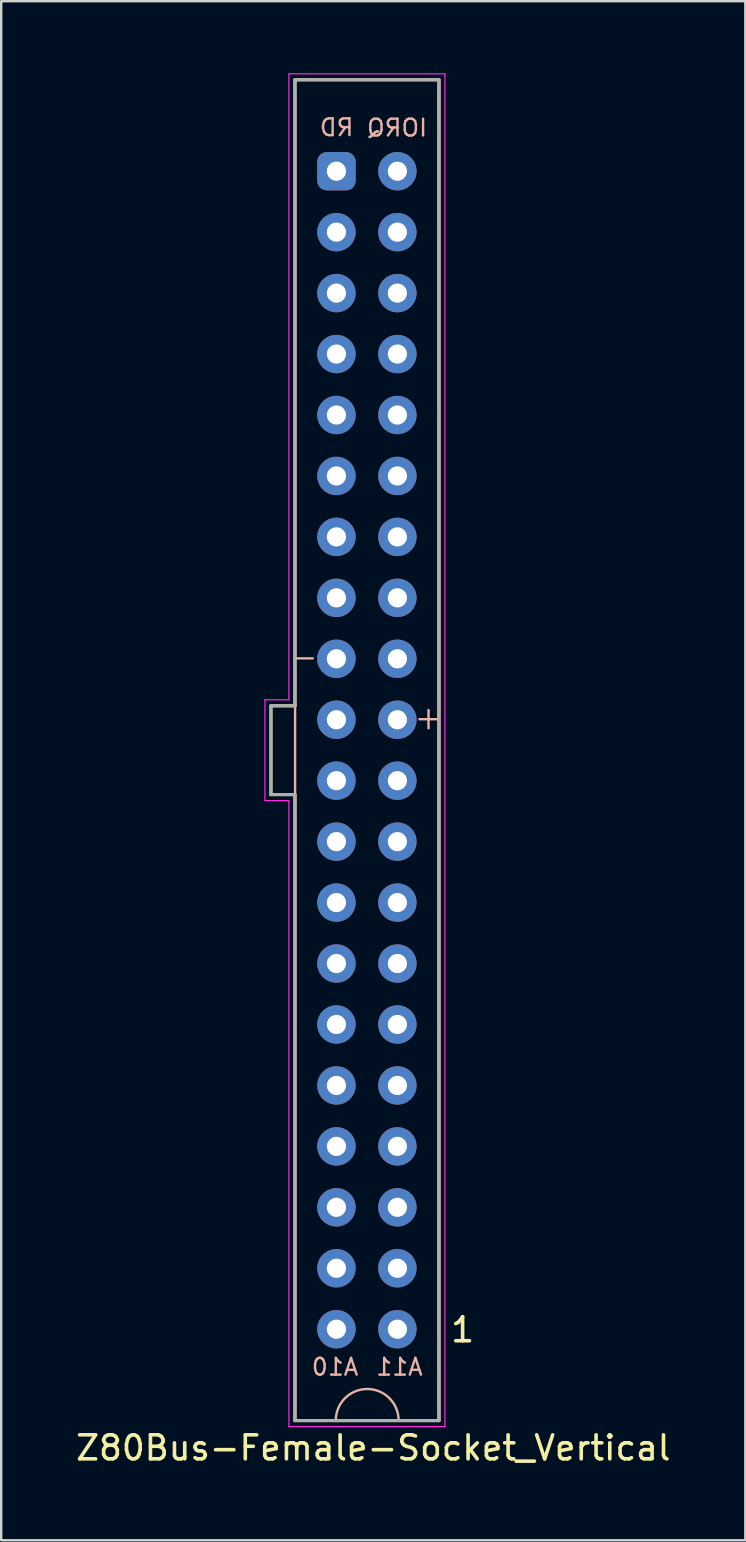
<source format=kicad_pcb>
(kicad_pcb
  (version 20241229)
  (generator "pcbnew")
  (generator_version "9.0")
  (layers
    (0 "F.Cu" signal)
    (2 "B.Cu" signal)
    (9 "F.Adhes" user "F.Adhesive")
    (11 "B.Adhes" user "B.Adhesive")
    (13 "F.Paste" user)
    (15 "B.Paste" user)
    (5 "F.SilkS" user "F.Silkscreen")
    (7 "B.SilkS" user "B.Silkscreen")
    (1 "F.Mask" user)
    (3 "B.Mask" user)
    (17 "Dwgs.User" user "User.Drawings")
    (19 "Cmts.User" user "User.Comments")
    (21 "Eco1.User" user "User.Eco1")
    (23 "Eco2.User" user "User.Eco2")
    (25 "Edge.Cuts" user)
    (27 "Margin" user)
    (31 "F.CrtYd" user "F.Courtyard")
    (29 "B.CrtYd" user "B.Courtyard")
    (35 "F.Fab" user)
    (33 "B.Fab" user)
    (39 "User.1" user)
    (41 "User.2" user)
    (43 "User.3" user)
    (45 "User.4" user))
  (footprint "Z80Bus-Female-Socket_Vertical"
    (layer "F.Cu")
    (at 12.241 28.215)
    (property "Reference" "Z80Bus-Female-Socket_Vertical" (at 0.265 29.077 0) (layer "F.SilkS") (effects (font (size 1 1) (thickness 0.15))))
    (attr through_hole)
    (fp_line (start -4 -1.85) (end -4 1.85) (stroke (width 0.127) (type solid)) (layer "F.SilkS"))
    (fp_line (start -4 1.85) (end -3 1.85) (stroke (width 0.127) (type solid)) (layer "F.SilkS"))
    (fp_line (start -3 -27.94) (end -3 -1.85) (stroke (width 0.127) (type solid)) (layer "F.SilkS"))
    (fp_line (start -3 -1.85) (end -4 -1.85) (stroke (width 0.127) (type solid)) (layer "F.SilkS"))
    (fp_line (start -3 1.85) (end -3 27.94) (stroke (width 0.127) (type solid)) (layer "F.SilkS"))
    (fp_line (start -3 27.94) (end 3 27.94) (stroke (width 0.127) (type solid)) (layer "F.SilkS"))
    (fp_line (start 3 -27.94) (end -3 -27.94) (stroke (width 0.127) (type solid)) (layer "F.SilkS"))
    (fp_line (start 3 27.94) (end 3 -27.94) (stroke (width 0.127) (type solid)) (layer "F.SilkS"))
    (fp_rect (start -2.993 -27.95) (end 3.013 27.94) (stroke (width 0.1) (type default)) (fill no) (layer "B.SilkS"))
    (fp_arc (start -1.296679 27.937662) (mid 0.005311 26.628874) (end 1.320862 27.92403) (stroke (width 0.1) (type default)) (layer "B.SilkS"))
    (fp_line (start -4.25 -2.1) (end -4.25 2.1) (stroke (width 0.05) (type solid)) (layer "F.CrtYd"))
    (fp_line (start -4.25 2.1) (end -3.25 2.1) (stroke (width 0.05) (type solid)) (layer "F.CrtYd"))
    (fp_line (start -3.25 -28.19) (end -3.25 -2.1) (stroke (width 0.05) (type solid)) (layer "F.CrtYd"))
    (fp_line (start -3.25 -2.1) (end -4.25 -2.1) (stroke (width 0.05) (type solid)) (layer "F.CrtYd"))
    (fp_line (start -3.25 2.1) (end -3.25 28.19) (stroke (width 0.05) (type solid)) (layer "F.CrtYd"))
    (fp_line (start -3.25 28.19) (end 3.25 28.19) (stroke (width 0.05) (type solid)) (layer "F.CrtYd"))
    (fp_line (start 3.25 -28.19) (end -3.25 -28.19) (stroke (width 0.05) (type solid)) (layer "F.CrtYd"))
    (fp_line (start 3.25 28.19) (end 3.25 -28.19) (stroke (width 0.05) (type solid)) (layer "F.CrtYd"))
    (fp_line (start -4 -1.85) (end -4 1.85) (stroke (width 0.127) (type solid)) (layer "F.Fab"))
    (fp_line (start -4 1.85) (end -3 1.85) (stroke (width 0.127) (type solid)) (layer "F.Fab"))
    (fp_line (start -3 -27.94) (end -3 -1.85) (stroke (width 0.127) (type solid)) (layer "F.Fab"))
    (fp_line (start -3 -1.85) (end -4 -1.85) (stroke (width 0.127) (type solid)) (layer "F.Fab"))
    (fp_line (start -3 1.85) (end -3 27.94) (stroke (width 0.127) (type solid)) (layer "F.Fab"))
    (fp_line (start -3 27.94) (end 3 27.94) (stroke (width 0.127) (type solid)) (layer "F.Fab"))
    (fp_line (start 3 -27.94) (end -3 -27.94) (stroke (width 0.127) (type solid)) (layer "F.Fab"))
    (fp_line (start 3 27.94) (end 3 -27.94) (stroke (width 0.127) (type solid)) (layer "F.Fab"))
    (fp_text user "1" (at 3.988 24.155 0) (unlocked yes) (layer "F.SilkS") (effects (font (size 1 1) (thickness 0.15))))
    (fp_text user "+" (at 2.568 -1.37 0) (layer "B.SilkS") (effects (font (size 1 1) (thickness 0.1))))
    (fp_text user "RD" (at -1.262 -25.953 0) (unlocked yes) (layer "B.SilkS") (effects (font (size 0.7 0.7) (thickness 0.1)) (justify mirror)))
    (fp_text user "A11" (at 1.353 25.704 0) (layer "B.SilkS") (effects (font (size 0.7 0.7) (thickness 0.1)) (justify mirror)))
    (fp_text user "-" (at -2.637 -3.904 0) (layer "B.SilkS") (effects (font (size 1 1) (thickness 0.1))))
    (fp_text user "A10" (at -1.329 25.704 0) (layer "B.SilkS") (effects (font (size 0.7 0.7) (thickness 0.1)) (justify mirror)))
    (fp_text user "IORQ" (at 1.258 -25.938 0) (layer "B.SilkS") (effects (font (size 0.7 0.7) (thickness 0.1)) (justify mirror)))
    (pad "1" thru_hole circle (at 1.27 24.13 90) (size 1.6 1.6) (drill 0.8) (layers "*.Cu" "*.Mask"))
    (pad "2" thru_hole circle (at 1.27 21.59 90) (size 1.6 1.6) (drill 0.8) (layers "*.Cu" "*.Mask"))
    (pad "3" thru_hole circle (at 1.27 19.05 90) (size 1.6 1.6) (drill 0.8) (layers "*.Cu" "*.Mask"))
    (pad "4" thru_hole circle (at 1.27 16.51 90) (size 1.6 1.6) (drill 0.8) (layers "*.Cu" "*.Mask"))
    (pad "5" thru_hole circle (at 1.27 13.97 90) (size 1.6 1.6) (drill 0.8) (layers "*.Cu" "*.Mask"))
    (pad "6" thru_hole circle (at 1.27 11.43 90) (size 1.6 1.6) (drill 0.8) (layers "*.Cu" "*.Mask"))
    (pad "7" thru_hole circle (at 1.27 8.89 90) (size 1.6 1.6) (drill 0.8) (layers "*.Cu" "*.Mask"))
    (pad "8" thru_hole circle (at 1.27 6.35 90) (size 1.6 1.6) (drill 0.8) (layers "*.Cu" "*.Mask"))
    (pad "9" thru_hole circle (at 1.27 3.81 90) (size 1.6 1.6) (drill 0.8) (layers "*.Cu" "*.Mask"))
    (pad "10" thru_hole circle (at 1.27 1.27 90) (size 1.6 1.6) (drill 0.8) (layers "*.Cu" "*.Mask"))
    (pad "11" thru_hole circle (at 1.27 -1.27 90) (size 1.6 1.6) (drill 0.8) (layers "*.Cu" "*.Mask"))
    (pad "12" thru_hole circle (at 1.27 -3.81 90) (size 1.6 1.6) (drill 0.8) (layers "*.Cu" "*.Mask"))
    (pad "13" thru_hole circle (at 1.27 -6.35 90) (size 1.6 1.6) (drill 0.8) (layers "*.Cu" "*.Mask"))
    (pad "14" thru_hole circle (at 1.27 -8.89 90) (size 1.6 1.6) (drill 0.8) (layers "*.Cu" "*.Mask"))
    (pad "15" thru_hole circle (at 1.27 -11.43 90) (size 1.6 1.6) (drill 0.8) (layers "*.Cu" "*.Mask"))
    (pad "16" thru_hole circle (at 1.27 -13.97 90) (size 1.6 1.6) (drill 0.8) (layers "*.Cu" "*.Mask"))
    (pad "17" thru_hole circle (at 1.27 -16.51 90) (size 1.6 1.6) (drill 0.8) (layers "*.Cu" "*.Mask"))
    (pad "18" thru_hole circle (at 1.27 -19.05 90) (size 1.6 1.6) (drill 0.8) (layers "*.Cu" "*.Mask"))
    (pad "19" thru_hole circle (at 1.27 -21.59 90) (size 1.6 1.6) (drill 0.8) (layers "*.Cu" "*.Mask"))
    (pad "20" thru_hole circle (at 1.27 -24.13 90) (size 1.6 1.6) (drill 0.8) (layers "*.Cu" "*.Mask"))
    (pad "21" thru_hole roundrect (at -1.27 -24.13 90) (size 1.6 1.6) (drill 0.8) (layers "*.Cu" "*.Mask") (roundrect_rratio 0.25))
    (pad "22" thru_hole circle (at -1.27 -21.59 90) (size 1.6 1.6) (drill 0.8) (layers "*.Cu" "*.Mask"))
    (pad "23" thru_hole circle (at -1.27 -19.05 90) (size 1.6 1.6) (drill 0.8) (layers "*.Cu" "*.Mask"))
    (pad "24" thru_hole circle (at -1.27 -16.51 90) (size 1.6 1.6) (drill 0.8) (layers "*.Cu" "*.Mask"))
    (pad "25" thru_hole circle (at -1.27 -13.97 90) (size 1.6 1.6) (drill 0.8) (layers "*.Cu" "*.Mask"))
    (pad "26" thru_hole circle (at -1.27 -11.43 90) (size 1.6 1.6) (drill 0.8) (layers "*.Cu" "*.Mask"))
    (pad "27" thru_hole circle (at -1.27 -8.89 90) (size 1.6 1.6) (drill 0.8) (layers "*.Cu" "*.Mask"))
    (pad "28" thru_hole circle (at -1.27 -6.35 90) (size 1.6 1.6) (drill 0.8) (layers "*.Cu" "*.Mask"))
    (pad "29" thru_hole circle (at -1.27 -3.81 90) (size 1.6 1.6) (drill 0.8) (layers "*.Cu" "*.Mask"))
    (pad "30" thru_hole circle (at -1.27 -1.27 90) (size 1.6 1.6) (drill 0.8) (layers "*.Cu" "*.Mask"))
    (pad "31" thru_hole circle (at -1.27 1.27 90) (size 1.6 1.6) (drill 0.8) (layers "*.Cu" "*.Mask"))
    (pad "32" thru_hole circle (at -1.27 3.81 90) (size 1.6 1.6) (drill 0.8) (layers "*.Cu" "*.Mask"))
    (pad "33" thru_hole circle (at -1.27 6.35 90) (size 1.6 1.6) (drill 0.8) (layers "*.Cu" "*.Mask"))
    (pad "34" thru_hole circle (at -1.27 8.89 90) (size 1.6 1.6) (drill 0.8) (layers "*.Cu" "*.Mask"))
    (pad "35" thru_hole circle (at -1.27 11.43 90) (size 1.6 1.6) (drill 0.8) (layers "*.Cu" "*.Mask"))
    (pad "36" thru_hole circle (at -1.27 13.97 90) (size 1.6 1.6) (drill 0.8) (layers "*.Cu" "*.Mask"))
    (pad "37" thru_hole circle (at -1.27 16.51 90) (size 1.6 1.6) (drill 0.8) (layers "*.Cu" "*.Mask"))
    (pad "38" thru_hole circle (at -1.27 19.05 90) (size 1.6 1.6) (drill 0.8) (layers "*.Cu" "*.Mask"))
    (pad "39" thru_hole circle (at -1.27 21.59 90) (size 1.6 1.6) (drill 0.8) (layers "*.Cu" "*.Mask"))
    (pad "40" thru_hole circle (at -1.27 24.13 90) (size 1.6 1.6) (drill 0.8) (layers "*.Cu" "*.Mask")))
  (gr_rect
    (start -3 -3)
    (end 28.012 61.14)
    (stroke (width 0.1) (type default))
    (fill no)
    (layer "Edge.Cuts")))
</source>
